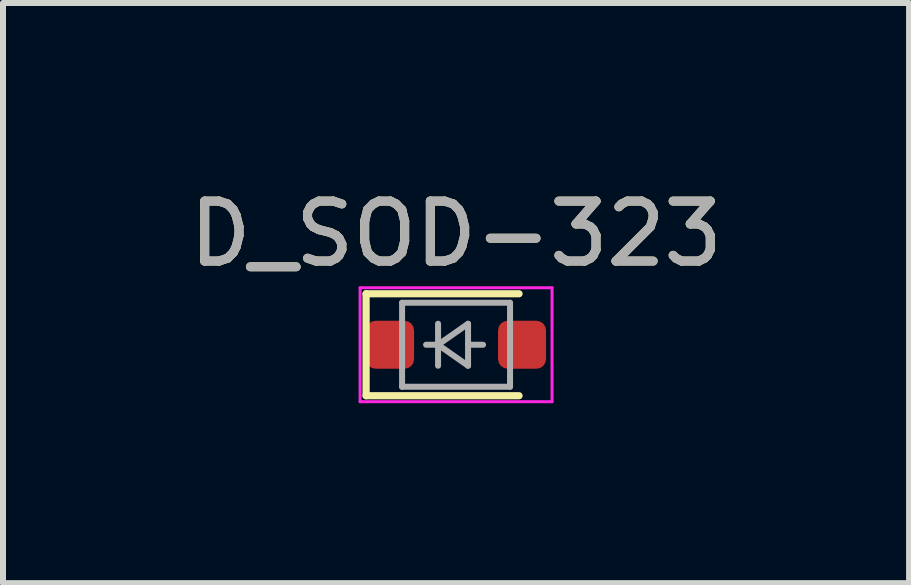
<source format=kicad_pcb>
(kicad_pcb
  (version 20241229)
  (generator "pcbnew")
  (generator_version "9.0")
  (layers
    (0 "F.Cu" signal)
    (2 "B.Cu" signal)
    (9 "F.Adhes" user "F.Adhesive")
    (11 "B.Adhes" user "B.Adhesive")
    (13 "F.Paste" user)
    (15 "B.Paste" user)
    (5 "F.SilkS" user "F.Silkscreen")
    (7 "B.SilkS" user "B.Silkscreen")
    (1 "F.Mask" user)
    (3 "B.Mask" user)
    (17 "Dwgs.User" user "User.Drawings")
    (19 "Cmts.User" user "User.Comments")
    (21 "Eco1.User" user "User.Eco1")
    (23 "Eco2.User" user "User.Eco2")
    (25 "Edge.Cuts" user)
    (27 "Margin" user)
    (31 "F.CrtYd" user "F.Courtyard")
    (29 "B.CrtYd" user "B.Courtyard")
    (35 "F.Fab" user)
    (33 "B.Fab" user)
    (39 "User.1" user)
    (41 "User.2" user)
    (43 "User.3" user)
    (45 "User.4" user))
  (footprint "D_SOD-323"
    (layer "F.Cu")
    (at 4.554 2.698)
    (property "Reference" "D_SOD-323" (at 0 -1.85 0) (layer "F.SilkS") (effects (font (size 1 1) (thickness 0.15))))
    (attr smd)
    (fp_line (start -1.5 -0.85) (end -1.5 0.85) (stroke (width 0.12) (type solid)) (layer "F.SilkS"))
    (fp_line (start -1.5 -0.85) (end 1.05 -0.85) (stroke (width 0.12) (type solid)) (layer "F.SilkS"))
    (fp_line (start -1.5 0.85) (end 1.05 0.85) (stroke (width 0.12) (type solid)) (layer "F.SilkS"))
    (fp_line (start -1.6 -0.95) (end -1.6 0.95) (stroke (width 0.05) (type solid)) (layer "F.CrtYd"))
    (fp_line (start -1.6 -0.95) (end 1.6 -0.95) (stroke (width 0.05) (type solid)) (layer "F.CrtYd"))
    (fp_line (start -1.6 0.95) (end 1.6 0.95) (stroke (width 0.05) (type solid)) (layer "F.CrtYd"))
    (fp_line (start 1.6 -0.95) (end 1.6 0.95) (stroke (width 0.05) (type solid)) (layer "F.CrtYd"))
    (fp_line (start -0.9 -0.7) (end 0.9 -0.7) (stroke (width 0.1) (type solid)) (layer "F.Fab"))
    (fp_line (start -0.9 0.7) (end -0.9 -0.7) (stroke (width 0.1) (type solid)) (layer "F.Fab"))
    (fp_line (start -0.3 -0.35) (end -0.3 0.35) (stroke (width 0.1) (type solid)) (layer "F.Fab"))
    (fp_line (start -0.3 0) (end -0.5 0) (stroke (width 0.1) (type solid)) (layer "F.Fab"))
    (fp_line (start -0.3 0) (end 0.2 -0.35) (stroke (width 0.1) (type solid)) (layer "F.Fab"))
    (fp_line (start 0.2 -0.35) (end 0.2 0.35) (stroke (width 0.1) (type solid)) (layer "F.Fab"))
    (fp_line (start 0.2 0) (end 0.45 0) (stroke (width 0.1) (type solid)) (layer "F.Fab"))
    (fp_line (start 0.2 0.35) (end -0.3 0) (stroke (width 0.1) (type solid)) (layer "F.Fab"))
    (fp_line (start 0.9 -0.7) (end 0.9 0.7) (stroke (width 0.1) (type solid)) (layer "F.Fab"))
    (fp_line (start 0.9 0.7) (end -0.9 0.7) (stroke (width 0.1) (type solid)) (layer "F.Fab"))
    (fp_text user "${REFERENCE}" (at 0 -1.85 0) (layer "F.Fab") (effects (font (size 1 1) (thickness 0.15))))
    (pad "1" smd roundrect (at -1.1 0) (size 0.8 0.8) (layers "F.Cu" "F.Mask" "F.Paste") (roundrect_rratio 0.2))
    (pad "2" smd roundrect (at 1.1 0) (size 0.8 0.8) (layers "F.Cu" "F.Mask" "F.Paste") (roundrect_rratio 0.2)))
  (gr_rect
    (start -3 -3)
    (end 12.107 6.673)
    (stroke (width 0.1) (type default))
    (fill no)
    (layer "Edge.Cuts")))
</source>
